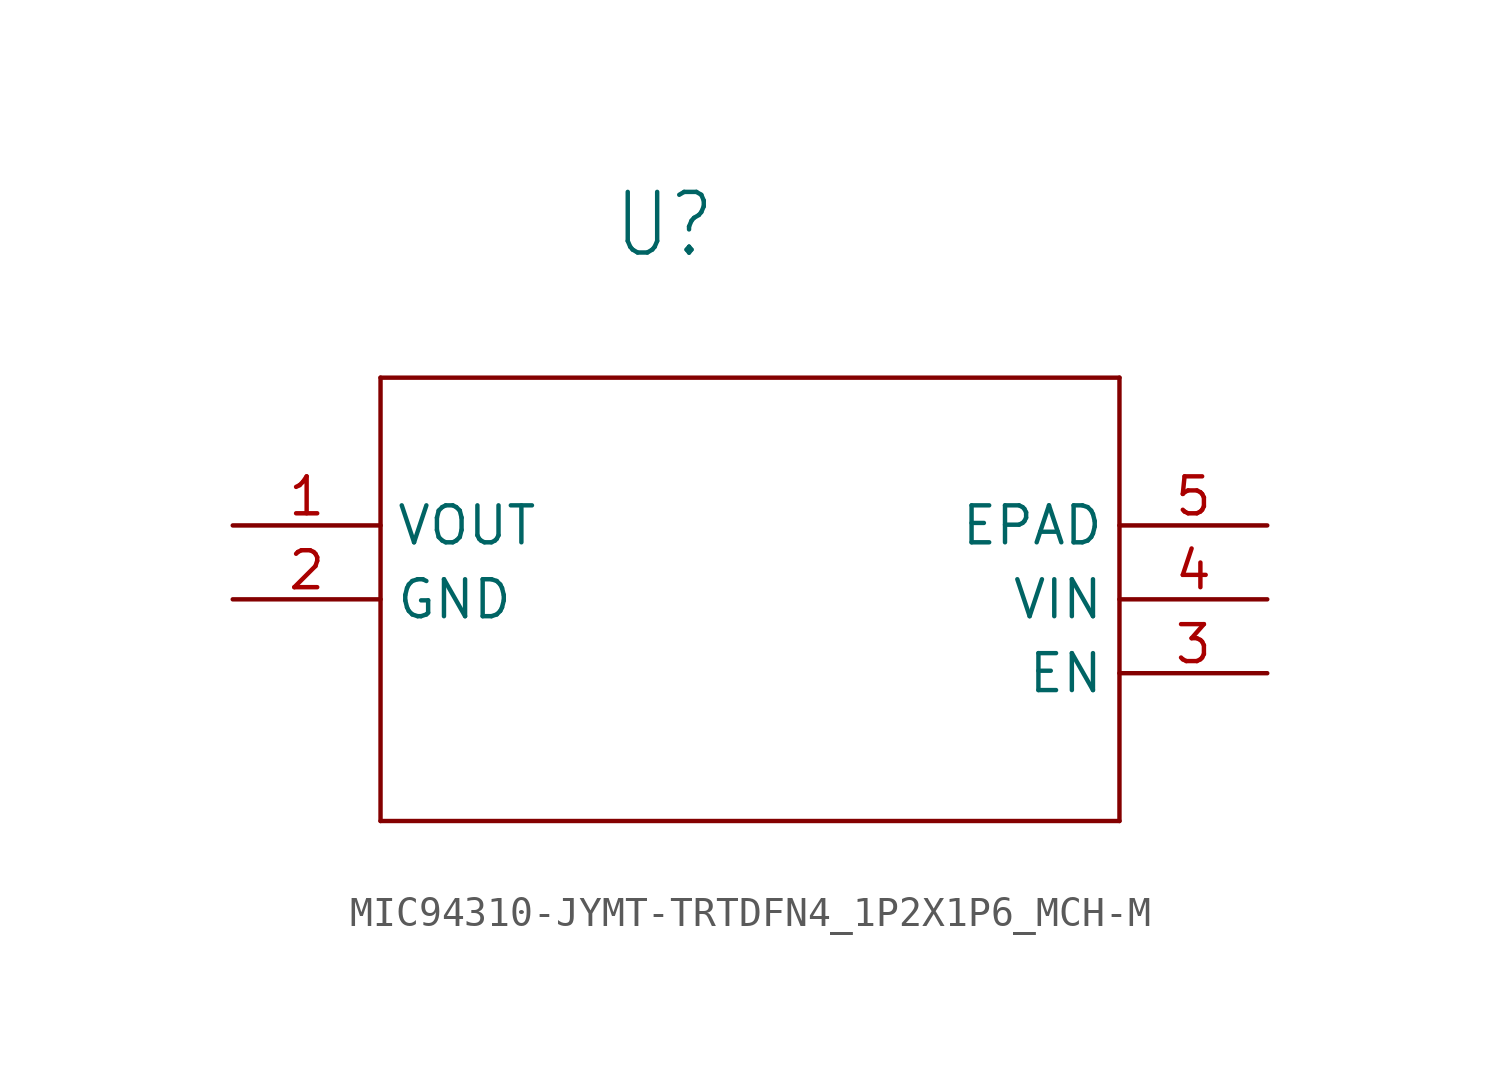
<source format=kicad_sym>
(kicad_symbol_lib
  (version 20231120)
  (generator "kicad_symbol_editor")
  (generator_version "8.0")
  (symbol "MIC94310-JYMT-TRTDFN4_1P2X1P6_MCH-M"
    (property "Reference" "U"
      (at 15.596 9.119 0)
      (effects (font (size 2.083 1.77)) (justify left bottom)))
    (property "Value" ""
      (at 14.961 6.579 0)
      (effects (font (size 2.083 1.77)) (justify left bottom)))
    (property "ki_locked" ""
      (at 0 0 0)
      (effects (font (size 1.27 1.27))))
    (symbol "MIC94310-JYMT-TRTDFN4_1P2X1P6_MCH-M_1_0"
      (polyline (pts (xy 7.62 -10.16) (xy 33.02 -10.16)) (stroke (width 0.152) (type solid)) (fill (type none)))
      (polyline (pts (xy 7.62 5.08) (xy 7.62 -10.16)) (stroke (width 0.152) (type solid)) (fill (type none)))
      (polyline (pts (xy 33.02 -10.16) (xy 33.02 5.08)) (stroke (width 0.152) (type solid)) (fill (type none)))
      (polyline (pts (xy 33.02 5.08) (xy 7.62 5.08)) (stroke (width 0.152) (type solid)) (fill (type none)))
      (pin output line (at 2.54 0 0) (length 5.08) (name "VOUT" (effects (font (size 1.27 1.27)))) (number "1" (effects (font (size 1.27 1.27)))))
      (pin power_in line (at 2.54 -2.54 0) (length 5.08) (name "GND" (effects (font (size 1.27 1.27)))) (number "2" (effects (font (size 1.27 1.27)))))
      (pin input line (at 38.1 -5.08 180) (length 5.08) (name "EN" (effects (font (size 1.27 1.27)))) (number "3" (effects (font (size 1.27 1.27)))))
      (pin input line (at 38.1 -2.54 180) (length 5.08) (name "VIN" (effects (font (size 1.27 1.27)))) (number "4" (effects (font (size 1.27 1.27)))))
      (pin passive line (at 38.1 0 180) (length 5.08) (name "EPAD" (effects (font (size 1.27 1.27)))) (number "5" (effects (font (size 1.27 1.27))))))))
</source>
